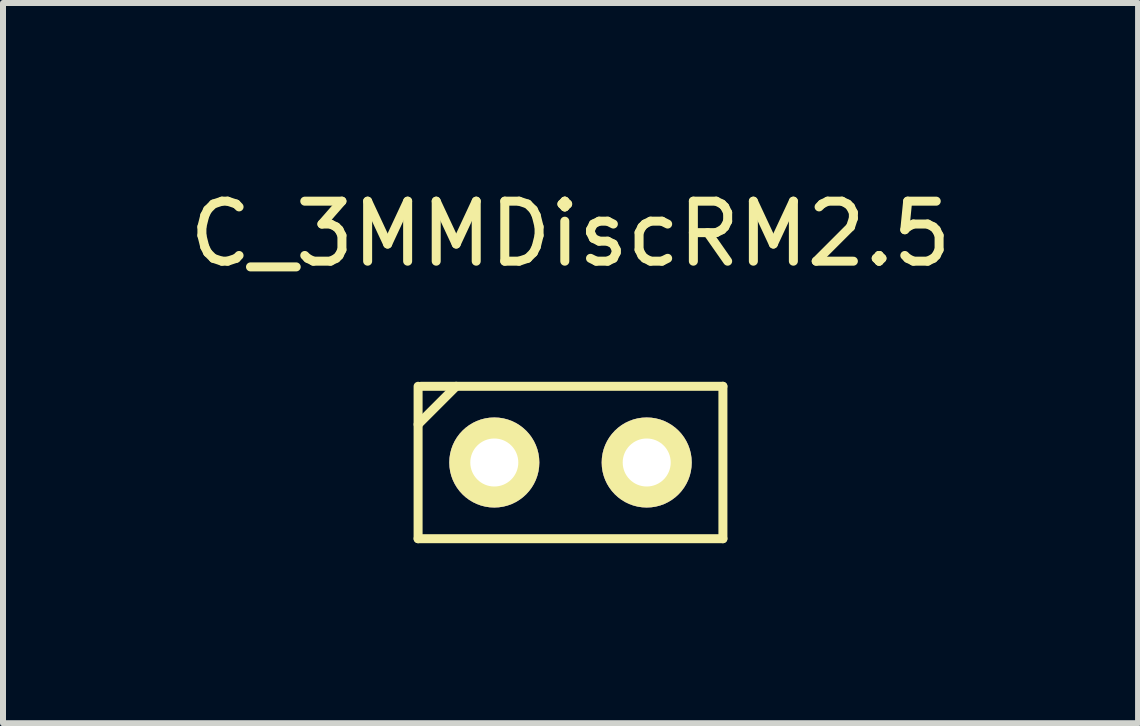
<source format=kicad_pcb>
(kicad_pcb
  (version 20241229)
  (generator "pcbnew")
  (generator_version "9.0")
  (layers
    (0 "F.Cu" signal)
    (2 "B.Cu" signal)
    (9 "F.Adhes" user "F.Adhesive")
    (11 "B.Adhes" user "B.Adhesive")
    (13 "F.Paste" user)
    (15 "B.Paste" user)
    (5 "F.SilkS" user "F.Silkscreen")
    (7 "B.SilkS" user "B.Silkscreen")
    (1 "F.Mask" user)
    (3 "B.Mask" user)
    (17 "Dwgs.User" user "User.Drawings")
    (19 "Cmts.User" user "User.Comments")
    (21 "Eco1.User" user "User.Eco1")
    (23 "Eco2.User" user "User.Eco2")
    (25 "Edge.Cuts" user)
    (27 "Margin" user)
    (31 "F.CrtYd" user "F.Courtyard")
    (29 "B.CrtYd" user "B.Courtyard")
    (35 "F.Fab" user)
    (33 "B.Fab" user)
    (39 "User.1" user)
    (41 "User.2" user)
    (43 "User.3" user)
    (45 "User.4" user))
  (footprint "C_3MMDiscRM2.5"
    (layer "F.Cu")
    (at 6.458 4.658)
    (property "Reference" "C_3MMDiscRM2.5" (at 0 -3.81 0) (layer "F.SilkS") (effects (font (size 1 1) (thickness 0.15))))
    (attr through_hole)
    (fp_line (start -2.54 -0.635) (end -1.905 -1.27) (stroke (width 0.15) (type solid)) (layer "F.SilkS"))
    (fp_line (start -2.54 1.27) (end -2.54 -1.27) (stroke (width 0.15) (type solid)) (layer "F.SilkS"))
    (fp_line (start -2.489 -1.27) (end 2.54 -1.27) (stroke (width 0.15) (type solid)) (layer "F.SilkS"))
    (fp_line (start 2.54 -1.27) (end 2.54 1.27) (stroke (width 0.15) (type solid)) (layer "F.SilkS"))
    (fp_line (start 2.54 1.27) (end -2.54 1.27) (stroke (width 0.15) (type solid)) (layer "F.SilkS"))
    (pad "1" thru_hole circle (at -1.27 0) (size 1.501 1.501) (drill 0.8) (layers "*.Cu" "*.Mask" "F.SilkS"))
    (pad "2" thru_hole circle (at 1.27 0) (size 1.501 1.501) (drill 0.8) (layers "*.Cu" "*.Mask" "F.SilkS")))
  (gr_rect
    (start -3 -3)
    (end 15.917 9.003)
    (stroke (width 0.1) (type default))
    (fill no)
    (layer "Edge.Cuts")))
</source>
